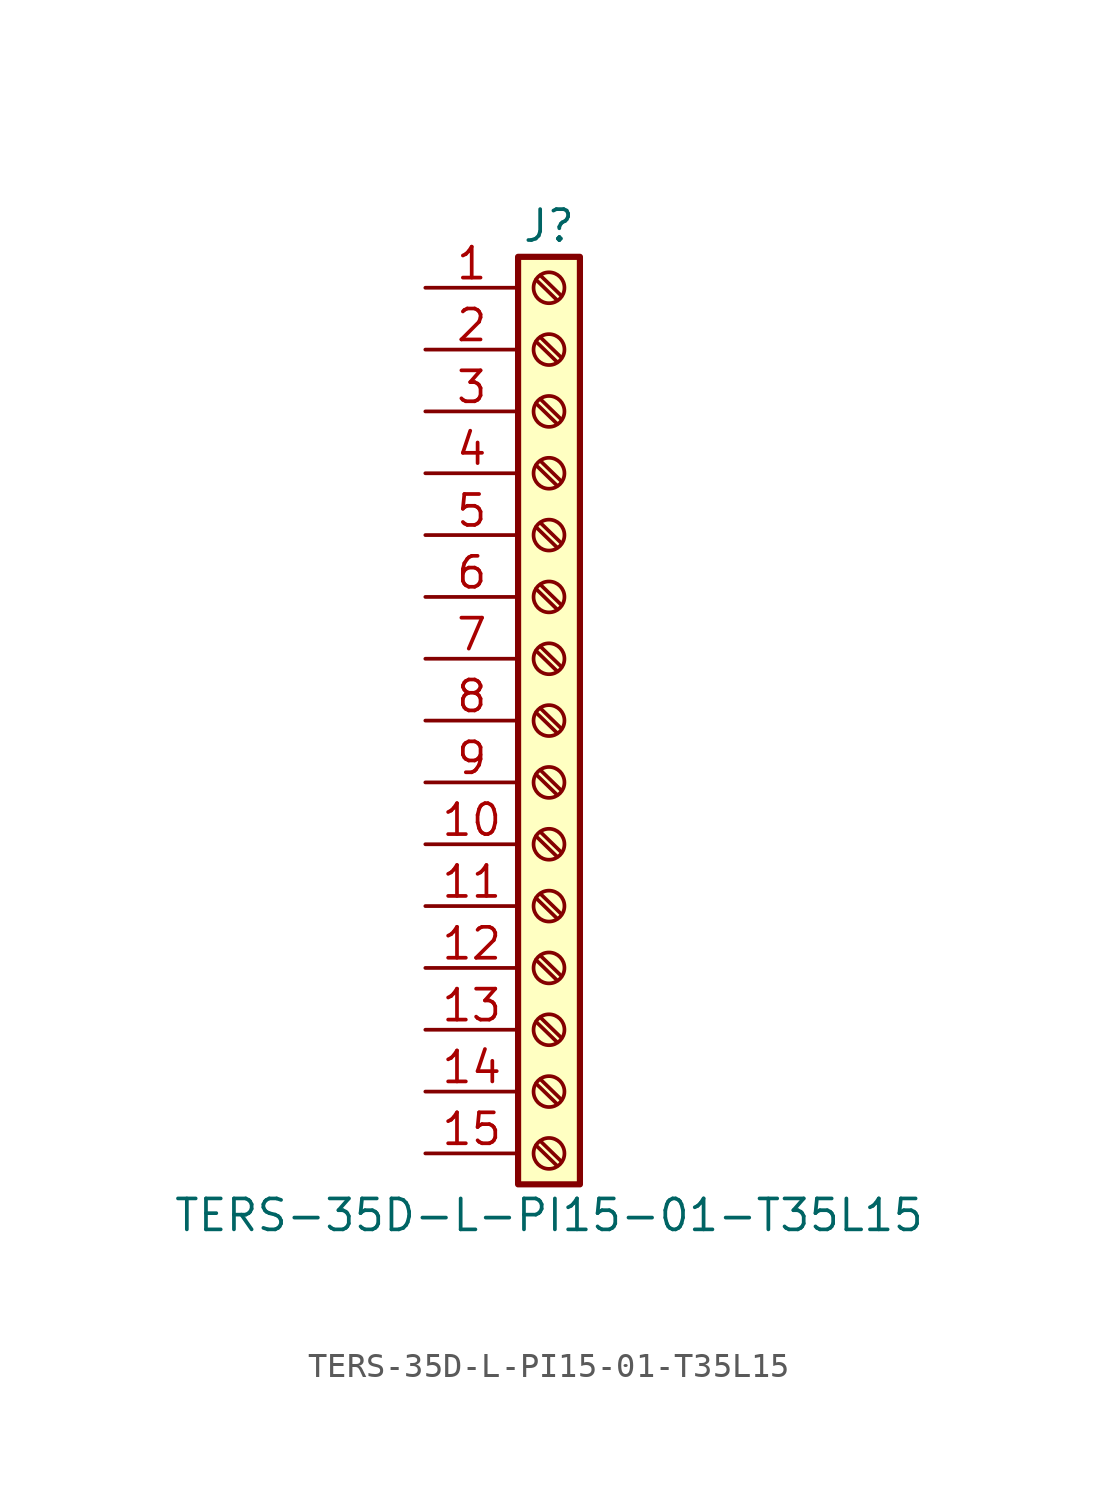
<source format=kicad_sym>
(kicad_symbol_lib
  (version 20211014)
  (generator kicad_symbol_editor)
  (symbol "TERS-35D-L-PI15-01-T35L15"
    (pin_names
      (offset 1.016) hide)
    (property "Reference" "J"
      (at 0 20.32 0)
      (effects (font (size 1.27 1.27))))
    (property "Value" "TERS-35D-L-PI15-01-T35L15"
      (at 0 -20.32 0)
      (effects (font (size 1.27 1.27))))
    (symbol "TERS-35D-L-PI15-01-T35L15_1_1"
      (rectangle (start -1.27 19.05) (end 1.27 -19.05) (stroke (width 0.254) (type default) (color 0 0 0 0)) (fill (type background)))
      (circle (center 0 -17.78) (radius 0.635) (stroke (width 0.152) (type default) (color 0 0 0 0)) (fill (type none)))
      (circle (center 0 -15.24) (radius 0.635) (stroke (width 0.152) (type default) (color 0 0 0 0)) (fill (type none)))
      (circle (center 0 -12.7) (radius 0.635) (stroke (width 0.152) (type default) (color 0 0 0 0)) (fill (type none)))
      (circle (center 0 -10.16) (radius 0.635) (stroke (width 0.152) (type default) (color 0 0 0 0)) (fill (type none)))
      (circle (center 0 -7.62) (radius 0.635) (stroke (width 0.152) (type default) (color 0 0 0 0)) (fill (type none)))
      (circle (center 0 -5.08) (radius 0.635) (stroke (width 0.152) (type default) (color 0 0 0 0)) (fill (type none)))
      (circle (center 0 -2.54) (radius 0.635) (stroke (width 0.152) (type default) (color 0 0 0 0)) (fill (type none)))
      (polyline (pts (xy -0.533 -17.45) (xy 0.33 -18.288)) (stroke (width 0.152) (type default) (color 0 0 0 0)) (fill (type none)))
      (polyline (pts (xy -0.533 -14.91) (xy 0.33 -15.748)) (stroke (width 0.152) (type default) (color 0 0 0 0)) (fill (type none)))
      (polyline (pts (xy -0.533 -12.37) (xy 0.33 -13.208)) (stroke (width 0.152) (type default) (color 0 0 0 0)) (fill (type none)))
      (polyline (pts (xy -0.533 -9.83) (xy 0.33 -10.668)) (stroke (width 0.152) (type default) (color 0 0 0 0)) (fill (type none)))
      (polyline (pts (xy -0.533 -7.29) (xy 0.33 -8.128)) (stroke (width 0.152) (type default) (color 0 0 0 0)) (fill (type none)))
      (polyline (pts (xy -0.533 -4.75) (xy 0.33 -5.588)) (stroke (width 0.152) (type default) (color 0 0 0 0)) (fill (type none)))
      (polyline (pts (xy -0.533 -2.21) (xy 0.33 -3.048)) (stroke (width 0.152) (type default) (color 0 0 0 0)) (fill (type none)))
      (polyline (pts (xy -0.533 0.33) (xy 0.33 -0.508)) (stroke (width 0.152) (type default) (color 0 0 0 0)) (fill (type none)))
      (polyline (pts (xy -0.533 2.87) (xy 0.33 2.032)) (stroke (width 0.152) (type default) (color 0 0 0 0)) (fill (type none)))
      (polyline (pts (xy -0.533 5.41) (xy 0.33 4.572)) (stroke (width 0.152) (type default) (color 0 0 0 0)) (fill (type none)))
      (polyline (pts (xy -0.533 7.95) (xy 0.33 7.112)) (stroke (width 0.152) (type default) (color 0 0 0 0)) (fill (type none)))
      (polyline (pts (xy -0.533 10.49) (xy 0.33 9.652)) (stroke (width 0.152) (type default) (color 0 0 0 0)) (fill (type none)))
      (polyline (pts (xy -0.533 13.03) (xy 0.33 12.192)) (stroke (width 0.152) (type default) (color 0 0 0 0)) (fill (type none)))
      (polyline (pts (xy -0.533 15.57) (xy 0.33 14.732)) (stroke (width 0.152) (type default) (color 0 0 0 0)) (fill (type none)))
      (polyline (pts (xy -0.533 18.11) (xy 0.33 17.272)) (stroke (width 0.152) (type default) (color 0 0 0 0)) (fill (type none)))
      (polyline (pts (xy -0.356 -17.272) (xy 0.508 -18.11)) (stroke (width 0.152) (type default) (color 0 0 0 0)) (fill (type none)))
      (polyline (pts (xy -0.356 -14.732) (xy 0.508 -15.57)) (stroke (width 0.152) (type default) (color 0 0 0 0)) (fill (type none)))
      (polyline (pts (xy -0.356 -12.192) (xy 0.508 -13.03)) (stroke (width 0.152) (type default) (color 0 0 0 0)) (fill (type none)))
      (polyline (pts (xy -0.356 -9.652) (xy 0.508 -10.49)) (stroke (width 0.152) (type default) (color 0 0 0 0)) (fill (type none)))
      (polyline (pts (xy -0.356 -7.112) (xy 0.508 -7.95)) (stroke (width 0.152) (type default) (color 0 0 0 0)) (fill (type none)))
      (polyline (pts (xy -0.356 -4.572) (xy 0.508 -5.41)) (stroke (width 0.152) (type default) (color 0 0 0 0)) (fill (type none)))
      (polyline (pts (xy -0.356 -2.032) (xy 0.508 -2.87)) (stroke (width 0.152) (type default) (color 0 0 0 0)) (fill (type none)))
      (polyline (pts (xy -0.356 0.508) (xy 0.508 -0.33)) (stroke (width 0.152) (type default) (color 0 0 0 0)) (fill (type none)))
      (polyline (pts (xy -0.356 3.048) (xy 0.508 2.21)) (stroke (width 0.152) (type default) (color 0 0 0 0)) (fill (type none)))
      (polyline (pts (xy -0.356 5.588) (xy 0.508 4.75)) (stroke (width 0.152) (type default) (color 0 0 0 0)) (fill (type none)))
      (polyline (pts (xy -0.356 8.128) (xy 0.508 7.29)) (stroke (width 0.152) (type default) (color 0 0 0 0)) (fill (type none)))
      (polyline (pts (xy -0.356 10.668) (xy 0.508 9.83)) (stroke (width 0.152) (type default) (color 0 0 0 0)) (fill (type none)))
      (polyline (pts (xy -0.356 13.208) (xy 0.508 12.37)) (stroke (width 0.152) (type default) (color 0 0 0 0)) (fill (type none)))
      (polyline (pts (xy -0.356 15.748) (xy 0.508 14.91)) (stroke (width 0.152) (type default) (color 0 0 0 0)) (fill (type none)))
      (polyline (pts (xy -0.356 18.288) (xy 0.508 17.45)) (stroke (width 0.152) (type default) (color 0 0 0 0)) (fill (type none)))
      (circle (center 0 0) (radius 0.635) (stroke (width 0.152) (type default) (color 0 0 0 0)) (fill (type none)))
      (circle (center 0 2.54) (radius 0.635) (stroke (width 0.152) (type default) (color 0 0 0 0)) (fill (type none)))
      (circle (center 0 5.08) (radius 0.635) (stroke (width 0.152) (type default) (color 0 0 0 0)) (fill (type none)))
      (circle (center 0 7.62) (radius 0.635) (stroke (width 0.152) (type default) (color 0 0 0 0)) (fill (type none)))
      (circle (center 0 10.16) (radius 0.635) (stroke (width 0.152) (type default) (color 0 0 0 0)) (fill (type none)))
      (circle (center 0 12.7) (radius 0.635) (stroke (width 0.152) (type default) (color 0 0 0 0)) (fill (type none)))
      (circle (center 0 15.24) (radius 0.635) (stroke (width 0.152) (type default) (color 0 0 0 0)) (fill (type none)))
      (circle (center 0 17.78) (radius 0.635) (stroke (width 0.152) (type default) (color 0 0 0 0)) (fill (type none)))
      (pin passive line (at -5.08 17.78 0) (length 3.81) (name "Pin_1" (effects (font (size 1.27 1.27)))) (number "1" (effects (font (size 1.27 1.27)))))
      (pin passive line (at -5.08 -5.08 0) (length 3.81) (name "Pin_10" (effects (font (size 1.27 1.27)))) (number "10" (effects (font (size 1.27 1.27)))))
      (pin passive line (at -5.08 -7.62 0) (length 3.81) (name "Pin_11" (effects (font (size 1.27 1.27)))) (number "11" (effects (font (size 1.27 1.27)))))
      (pin passive line (at -5.08 -10.16 0) (length 3.81) (name "Pin_12" (effects (font (size 1.27 1.27)))) (number "12" (effects (font (size 1.27 1.27)))))
      (pin passive line (at -5.08 -12.7 0) (length 3.81) (name "Pin_13" (effects (font (size 1.27 1.27)))) (number "13" (effects (font (size 1.27 1.27)))))
      (pin passive line (at -5.08 -15.24 0) (length 3.81) (name "Pin_14" (effects (font (size 1.27 1.27)))) (number "14" (effects (font (size 1.27 1.27)))))
      (pin passive line (at -5.08 -17.78 0) (length 3.81) (name "Pin_15" (effects (font (size 1.27 1.27)))) (number "15" (effects (font (size 1.27 1.27)))))
      (pin passive line (at -5.08 15.24 0) (length 3.81) (name "Pin_2" (effects (font (size 1.27 1.27)))) (number "2" (effects (font (size 1.27 1.27)))))
      (pin passive line (at -5.08 12.7 0) (length 3.81) (name "Pin_3" (effects (font (size 1.27 1.27)))) (number "3" (effects (font (size 1.27 1.27)))))
      (pin passive line (at -5.08 10.16 0) (length 3.81) (name "Pin_4" (effects (font (size 1.27 1.27)))) (number "4" (effects (font (size 1.27 1.27)))))
      (pin passive line (at -5.08 7.62 0) (length 3.81) (name "Pin_5" (effects (font (size 1.27 1.27)))) (number "5" (effects (font (size 1.27 1.27)))))
      (pin passive line (at -5.08 5.08 0) (length 3.81) (name "Pin_6" (effects (font (size 1.27 1.27)))) (number "6" (effects (font (size 1.27 1.27)))))
      (pin passive line (at -5.08 2.54 0) (length 3.81) (name "Pin_7" (effects (font (size 1.27 1.27)))) (number "7" (effects (font (size 1.27 1.27)))))
      (pin passive line (at -5.08 0 0) (length 3.81) (name "Pin_8" (effects (font (size 1.27 1.27)))) (number "8" (effects (font (size 1.27 1.27)))))
      (pin passive line (at -5.08 -2.54 0) (length 3.81) (name "Pin_9" (effects (font (size 1.27 1.27)))) (number "9" (effects (font (size 1.27 1.27))))))))
</source>
